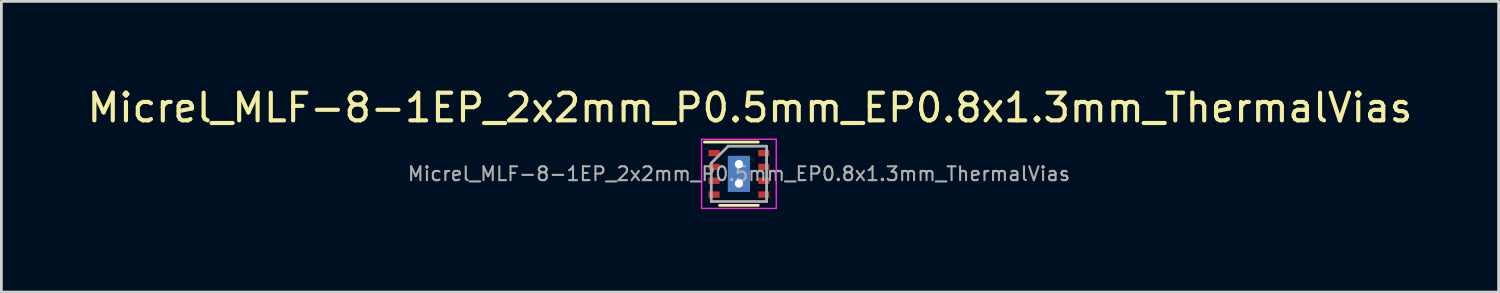
<source format=kicad_pcb>
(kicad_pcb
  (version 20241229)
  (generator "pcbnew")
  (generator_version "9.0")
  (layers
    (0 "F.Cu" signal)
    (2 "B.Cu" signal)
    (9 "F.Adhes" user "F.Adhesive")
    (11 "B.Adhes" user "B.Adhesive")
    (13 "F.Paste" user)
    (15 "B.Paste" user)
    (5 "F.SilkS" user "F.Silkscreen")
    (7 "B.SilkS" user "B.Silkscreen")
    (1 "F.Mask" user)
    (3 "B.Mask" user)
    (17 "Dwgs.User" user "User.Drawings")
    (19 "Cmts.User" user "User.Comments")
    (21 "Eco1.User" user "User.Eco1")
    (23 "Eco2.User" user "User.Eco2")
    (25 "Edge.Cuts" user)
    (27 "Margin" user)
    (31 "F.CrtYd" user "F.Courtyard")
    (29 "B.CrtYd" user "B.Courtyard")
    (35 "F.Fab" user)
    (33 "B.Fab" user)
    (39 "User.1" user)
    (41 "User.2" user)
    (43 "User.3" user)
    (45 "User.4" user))
  (footprint "Micrel_MLF-8-1EP_2x2mm_P0.5mm_EP0.8x1.3mm_ThermalVias"
    (layer "F.Cu")
    (at 23.677 3.238)
    (property "Reference" "Micrel_MLF-8-1EP_2x2mm_P0.5mm_EP0.8x1.3mm_ThermalVias" (at 0.4 -2.39 0) (layer "F.SilkS") (effects (font (size 1 1) (thickness 0.15))))
    (attr smd)
    (fp_line (start -1.25 -1.15) (end 0.7 -1.15) (stroke (width 0.1) (type solid)) (layer "F.SilkS"))
    (fp_line (start 0.7 1.14) (end -0.7 1.14) (stroke (width 0.1) (type solid)) (layer "F.SilkS"))
    (fp_line (start -1.35 -1.25) (end -1.35 1.25) (stroke (width 0.05) (type solid)) (layer "F.CrtYd"))
    (fp_line (start -1.35 -1.25) (end 1.35 -1.25) (stroke (width 0.05) (type solid)) (layer "F.CrtYd"))
    (fp_line (start 1.35 1.25) (end -1.35 1.25) (stroke (width 0.05) (type solid)) (layer "F.CrtYd"))
    (fp_line (start 1.35 1.25) (end 1.35 -1.25) (stroke (width 0.05) (type solid)) (layer "F.CrtYd"))
    (fp_line (start -1 -0.39) (end -0.39 -1) (stroke (width 0.1) (type solid)) (layer "F.Fab"))
    (fp_line (start -1 -0.38) (end -1 1) (stroke (width 0.1) (type solid)) (layer "F.Fab"))
    (fp_line (start -0.39 -1) (end 1 -1) (stroke (width 0.1) (type solid)) (layer "F.Fab"))
    (fp_line (start 1 1) (end -1 1) (stroke (width 0.1) (type solid)) (layer "F.Fab"))
    (fp_line (start 1 1) (end 1 -1) (stroke (width 0.1) (type solid)) (layer "F.Fab"))
    (fp_text user "${REFERENCE}" (at 0 0 0) (layer "F.Fab") (effects (font (size 0.5 0.5) (thickness 0.075))))
    (pad "" smd rect (at 0 -0.35) (size 0.55 0.55) (layers "F.Paste"))
    (pad "" smd rect (at 0 0.35) (size 0.55 0.55) (layers "F.Paste"))
    (pad "1" smd rect (at -0.9 -0.75) (size 0.4 0.23) (layers "F.Cu" "F.Mask" "F.Paste"))
    (pad "2" smd rect (at -0.9 -0.25) (size 0.4 0.23) (layers "F.Cu" "F.Mask" "F.Paste"))
    (pad "3" smd rect (at -0.9 0.25) (size 0.4 0.23) (layers "F.Cu" "F.Mask" "F.Paste"))
    (pad "4" smd rect (at -0.9 0.75) (size 0.4 0.23) (layers "F.Cu" "F.Mask" "F.Paste"))
    (pad "5" smd rect (at 0.9 0.75) (size 0.4 0.23) (layers "F.Cu" "F.Mask" "F.Paste"))
    (pad "6" smd rect (at 0.9 0.25) (size 0.4 0.23) (layers "F.Cu" "F.Mask" "F.Paste"))
    (pad "7" smd rect (at 0.9 -0.25) (size 0.4 0.23) (layers "F.Cu" "F.Mask" "F.Paste"))
    (pad "8" smd rect (at 0.9 -0.75) (size 0.4 0.23) (layers "F.Cu" "F.Mask" "F.Paste"))
    (pad "9" thru_hole circle (at 0 -0.35) (size 0.6 0.6) (drill 0.3) (layers "*.Cu"))
    (pad "9" smd rect (at 0 0) (size 0.8 1.3) (layers "F.Cu" "F.Mask"))
    (pad "9" smd rect (at 0 0) (size 0.8 1.3) (layers "B.Cu"))
    (pad "9" thru_hole circle (at 0 0.35) (size 0.6 0.6) (drill 0.3) (layers "*.Cu")))
  (gr_rect
    (start -3 -3)
    (end 51.155 7.513)
    (stroke (width 0.1) (type default))
    (fill no)
    (layer "Edge.Cuts")))
</source>
